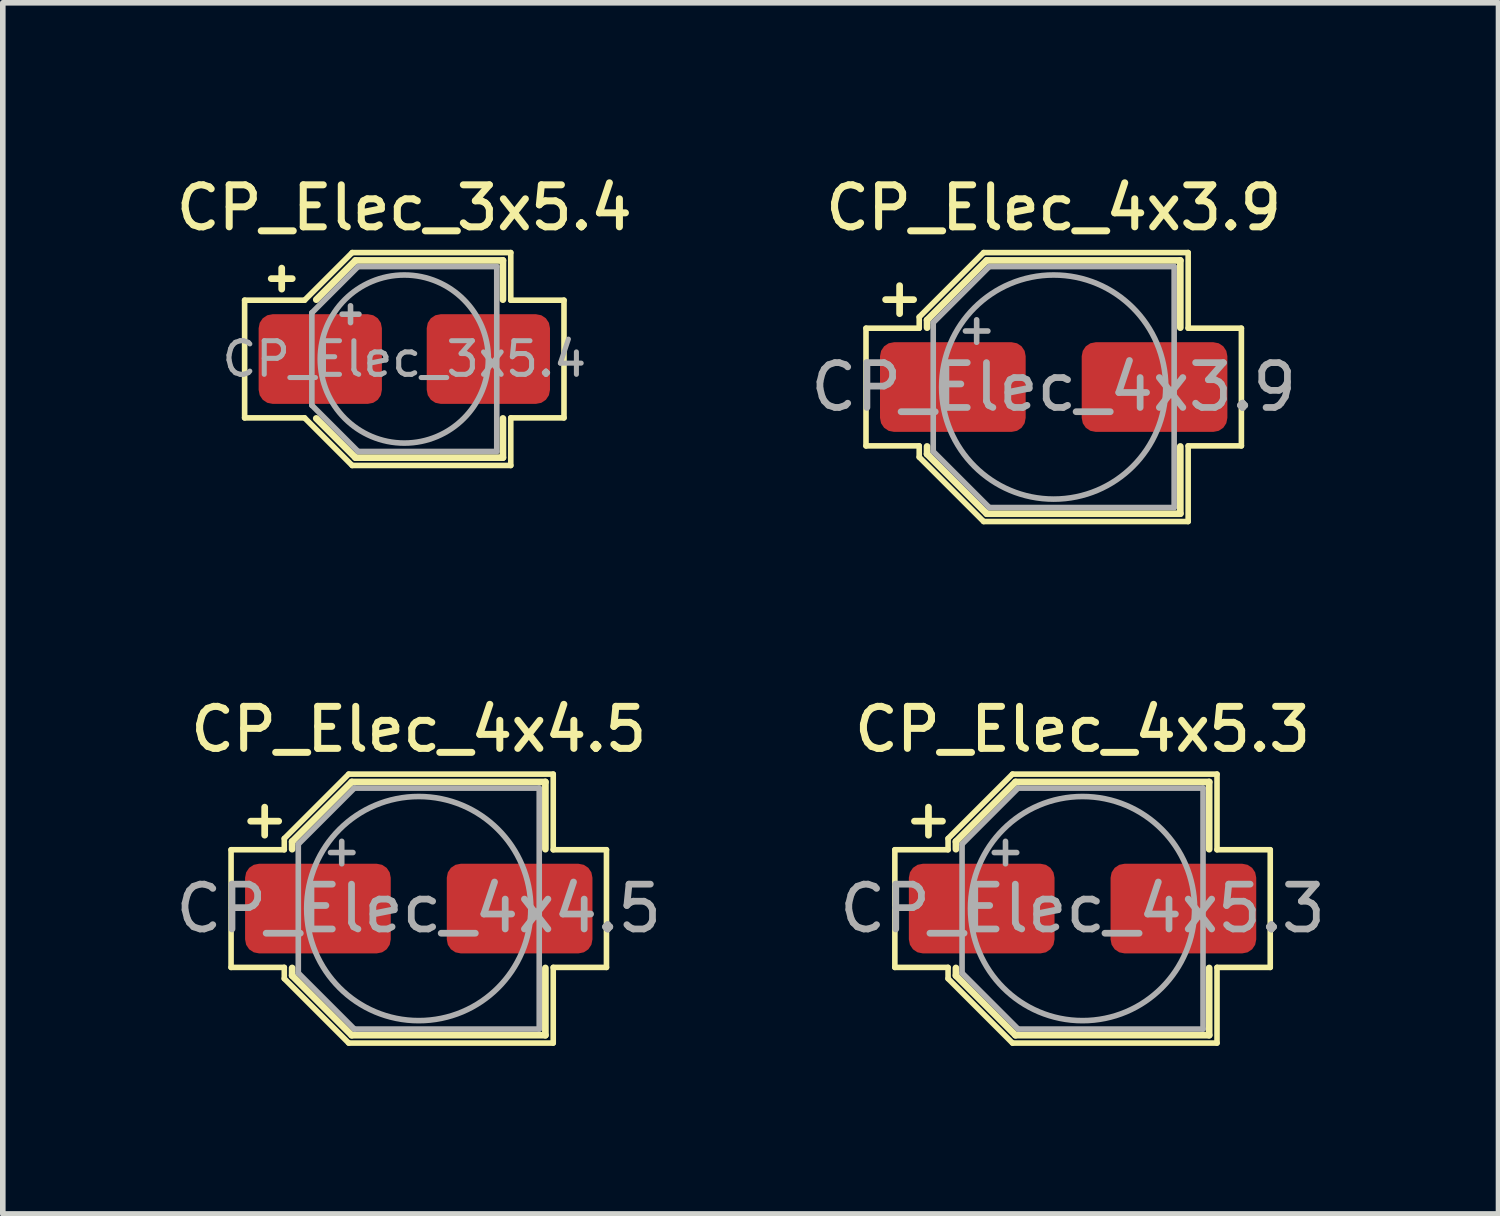
<source format=kicad_pcb>
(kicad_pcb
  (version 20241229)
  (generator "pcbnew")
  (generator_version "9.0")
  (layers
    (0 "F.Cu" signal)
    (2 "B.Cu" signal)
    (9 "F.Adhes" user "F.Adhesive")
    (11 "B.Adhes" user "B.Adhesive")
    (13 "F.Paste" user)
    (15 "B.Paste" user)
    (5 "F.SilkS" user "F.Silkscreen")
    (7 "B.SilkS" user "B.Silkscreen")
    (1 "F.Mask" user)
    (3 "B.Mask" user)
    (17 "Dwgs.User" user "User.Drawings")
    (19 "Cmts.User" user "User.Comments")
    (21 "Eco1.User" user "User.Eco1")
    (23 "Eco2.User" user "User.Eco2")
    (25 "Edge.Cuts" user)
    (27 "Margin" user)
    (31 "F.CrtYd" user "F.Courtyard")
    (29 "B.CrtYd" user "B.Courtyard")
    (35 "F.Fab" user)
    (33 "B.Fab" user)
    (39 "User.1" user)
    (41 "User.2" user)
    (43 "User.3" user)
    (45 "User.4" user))
  (footprint "CP_Elec_4x3.9"
    (layer "F.Cu")
    (at 15.756 3.858)
    (property "Reference" "CP_Elec_4x3.9" (at 0 -3.2 0) (layer "F.SilkS") (effects (font (size 0.75 0.75) (thickness 0.125))))
    (attr smd)
    (fp_line (start -3.35 -1.05) (end -3.35 1.05) (stroke (width 0.1) (type solid)) (layer "F.SilkS"))
    (fp_line (start -3.35 1.05) (end -2.4 1.05) (stroke (width 0.1) (type solid)) (layer "F.SilkS"))
    (fp_line (start -3 -1.56) (end -2.5 -1.56) (stroke (width 0.12) (type solid)) (layer "F.SilkS"))
    (fp_line (start -2.75 -1.81) (end -2.75 -1.31) (stroke (width 0.12) (type solid)) (layer "F.SilkS"))
    (fp_line (start -2.4 -1.25) (end -2.4 -1.05) (stroke (width 0.1) (type solid)) (layer "F.SilkS"))
    (fp_line (start -2.4 -1.25) (end -1.25 -2.4) (stroke (width 0.1) (type solid)) (layer "F.SilkS"))
    (fp_line (start -2.4 -1.05) (end -3.35 -1.05) (stroke (width 0.1) (type solid)) (layer "F.SilkS"))
    (fp_line (start -2.4 1.05) (end -2.4 1.25) (stroke (width 0.1) (type solid)) (layer "F.SilkS"))
    (fp_line (start -2.4 1.25) (end -1.25 2.4) (stroke (width 0.1) (type solid)) (layer "F.SilkS"))
    (fp_line (start -2.26 -1.196) (end -2.26 -1.06) (stroke (width 0.12) (type solid)) (layer "F.SilkS"))
    (fp_line (start -2.26 -1.196) (end -1.196 -2.26) (stroke (width 0.12) (type solid)) (layer "F.SilkS"))
    (fp_line (start -2.26 1.196) (end -2.26 1.06) (stroke (width 0.12) (type solid)) (layer "F.SilkS"))
    (fp_line (start -2.26 1.196) (end -1.196 2.26) (stroke (width 0.12) (type solid)) (layer "F.SilkS"))
    (fp_line (start -1.25 -2.4) (end 2.4 -2.4) (stroke (width 0.1) (type solid)) (layer "F.SilkS"))
    (fp_line (start -1.25 2.4) (end 2.4 2.4) (stroke (width 0.1) (type solid)) (layer "F.SilkS"))
    (fp_line (start -1.196 -2.26) (end 2.26 -2.26) (stroke (width 0.12) (type solid)) (layer "F.SilkS"))
    (fp_line (start -1.196 2.26) (end 2.26 2.26) (stroke (width 0.12) (type solid)) (layer "F.SilkS"))
    (fp_line (start 2.26 -2.26) (end 2.26 -1.06) (stroke (width 0.12) (type solid)) (layer "F.SilkS"))
    (fp_line (start 2.26 2.26) (end 2.26 1.06) (stroke (width 0.12) (type solid)) (layer "F.SilkS"))
    (fp_line (start 2.4 -2.4) (end 2.4 -1.05) (stroke (width 0.1) (type solid)) (layer "F.SilkS"))
    (fp_line (start 2.4 -1.05) (end 3.35 -1.05) (stroke (width 0.1) (type solid)) (layer "F.SilkS"))
    (fp_line (start 2.4 1.05) (end 2.4 2.4) (stroke (width 0.1) (type solid)) (layer "F.SilkS"))
    (fp_line (start 3.35 -1.05) (end 3.35 1.05) (stroke (width 0.1) (type solid)) (layer "F.SilkS"))
    (fp_line (start 3.35 1.05) (end 2.4 1.05) (stroke (width 0.1) (type solid)) (layer "F.SilkS"))
    (fp_line (start -2.15 -1.15) (end -2.15 1.15) (stroke (width 0.1) (type solid)) (layer "F.Fab"))
    (fp_line (start -2.15 -1.15) (end -1.15 -2.15) (stroke (width 0.1) (type solid)) (layer "F.Fab"))
    (fp_line (start -2.15 1.15) (end -1.15 2.15) (stroke (width 0.1) (type solid)) (layer "F.Fab"))
    (fp_line (start -1.575 -1) (end -1.175 -1) (stroke (width 0.1) (type solid)) (layer "F.Fab"))
    (fp_line (start -1.375 -1.2) (end -1.375 -0.8) (stroke (width 0.1) (type solid)) (layer "F.Fab"))
    (fp_line (start -1.15 -2.15) (end 2.15 -2.15) (stroke (width 0.1) (type solid)) (layer "F.Fab"))
    (fp_line (start -1.15 2.15) (end 2.15 2.15) (stroke (width 0.1) (type solid)) (layer "F.Fab"))
    (fp_line (start 2.15 -2.15) (end 2.15 2.15) (stroke (width 0.1) (type solid)) (layer "F.Fab"))
    (fp_circle (center 0 0) (end 2 0) (stroke (width 0.1) (type solid)) (fill no) (layer "F.Fab"))
    (fp_text user "${REFERENCE}" (at 0 0 0) (layer "F.Fab") (effects (font (size 0.8 0.8) (thickness 0.12))))
    (pad "1" smd roundrect (at -1.8 0) (size 2.6 1.6) (layers "F.Cu" "F.Mask" "F.Paste") (roundrect_rratio 0.156))
    (pad "2" smd roundrect (at 1.8 0) (size 2.6 1.6) (layers "F.Cu" "F.Mask" "F.Paste") (roundrect_rratio 0.156)))
  (footprint "CP_Elec_3x5.4"
    (layer "F.Cu")
    (at 4.166 3.358)
    (property "Reference" "CP_Elec_3x5.4" (at 0 -2.7 0) (layer "F.SilkS") (effects (font (size 0.75 0.75) (thickness 0.125))))
    (attr smd)
    (fp_line (start -2.85 -1.05) (end -2.85 1.05) (stroke (width 0.1) (type solid)) (layer "F.SilkS"))
    (fp_line (start -2.85 1.05) (end -1.78 1.05) (stroke (width 0.1) (type solid)) (layer "F.SilkS"))
    (fp_line (start -2.375 -1.435) (end -2 -1.435) (stroke (width 0.12) (type solid)) (layer "F.SilkS"))
    (fp_line (start -2.188 -1.623) (end -2.188 -1.248) (stroke (width 0.12) (type solid)) (layer "F.SilkS"))
    (fp_line (start -1.78 -1.05) (end -2.85 -1.05) (stroke (width 0.1) (type solid)) (layer "F.SilkS"))
    (fp_line (start -1.78 -1.05) (end -0.93 -1.9) (stroke (width 0.1) (type solid)) (layer "F.SilkS"))
    (fp_line (start -1.78 1.05) (end -0.93 1.9) (stroke (width 0.1) (type solid)) (layer "F.SilkS"))
    (fp_line (start -1.571 -1.06) (end -0.871 -1.76) (stroke (width 0.12) (type solid)) (layer "F.SilkS"))
    (fp_line (start -1.571 1.06) (end -0.871 1.76) (stroke (width 0.12) (type solid)) (layer "F.SilkS"))
    (fp_line (start -0.93 -1.9) (end 1.9 -1.9) (stroke (width 0.1) (type solid)) (layer "F.SilkS"))
    (fp_line (start -0.93 1.9) (end 1.9 1.9) (stroke (width 0.1) (type solid)) (layer "F.SilkS"))
    (fp_line (start -0.871 -1.76) (end 1.76 -1.76) (stroke (width 0.12) (type solid)) (layer "F.SilkS"))
    (fp_line (start -0.871 1.76) (end 1.76 1.76) (stroke (width 0.12) (type solid)) (layer "F.SilkS"))
    (fp_line (start 1.76 -1.76) (end 1.76 -1.06) (stroke (width 0.12) (type solid)) (layer "F.SilkS"))
    (fp_line (start 1.76 1.76) (end 1.76 1.06) (stroke (width 0.12) (type solid)) (layer "F.SilkS"))
    (fp_line (start 1.9 -1.9) (end 1.9 -1.05) (stroke (width 0.1) (type solid)) (layer "F.SilkS"))
    (fp_line (start 1.9 -1.05) (end 2.85 -1.05) (stroke (width 0.1) (type solid)) (layer "F.SilkS"))
    (fp_line (start 1.9 1.05) (end 1.9 1.9) (stroke (width 0.1) (type solid)) (layer "F.SilkS"))
    (fp_line (start 2.85 -1.05) (end 2.85 1.05) (stroke (width 0.1) (type solid)) (layer "F.SilkS"))
    (fp_line (start 2.85 1.05) (end 1.9 1.05) (stroke (width 0.1) (type solid)) (layer "F.SilkS"))
    (fp_line (start -1.65 -0.825) (end -1.65 0.825) (stroke (width 0.1) (type solid)) (layer "F.Fab"))
    (fp_line (start -1.65 -0.825) (end -0.825 -1.65) (stroke (width 0.1) (type solid)) (layer "F.Fab"))
    (fp_line (start -1.65 0.825) (end -0.825 1.65) (stroke (width 0.1) (type solid)) (layer "F.Fab"))
    (fp_line (start -1.11 -0.8) (end -0.81 -0.8) (stroke (width 0.1) (type solid)) (layer "F.Fab"))
    (fp_line (start -0.96 -0.95) (end -0.96 -0.65) (stroke (width 0.1) (type solid)) (layer "F.Fab"))
    (fp_line (start -0.825 -1.65) (end 1.65 -1.65) (stroke (width 0.1) (type solid)) (layer "F.Fab"))
    (fp_line (start -0.825 1.65) (end 1.65 1.65) (stroke (width 0.1) (type solid)) (layer "F.Fab"))
    (fp_line (start 1.65 -1.65) (end 1.65 1.65) (stroke (width 0.1) (type solid)) (layer "F.Fab"))
    (fp_circle (center 0 0) (end 1.5 0) (stroke (width 0.1) (type solid)) (fill no) (layer "F.Fab"))
    (fp_text user "${REFERENCE}" (at 0 0 0) (layer "F.Fab") (effects (font (size 0.6 0.6) (thickness 0.09))))
    (pad "1" smd roundrect (at -1.5 0) (size 2.2 1.6) (layers "F.Cu" "F.Mask" "F.Paste") (roundrect_rratio 0.156))
    (pad "2" smd roundrect (at 1.5 0) (size 2.2 1.6) (layers "F.Cu" "F.Mask" "F.Paste") (roundrect_rratio 0.156)))
  (footprint "CP_Elec_4x4.5"
    (layer "F.Cu")
    (at 4.424 13.166)
    (property "Reference" "CP_Elec_4x4.5" (at 0 -3.2 0) (layer "F.SilkS") (effects (font (size 0.75 0.75) (thickness 0.125))))
    (attr smd)
    (fp_line (start -3.35 -1.05) (end -3.35 1.05) (stroke (width 0.1) (type solid)) (layer "F.SilkS"))
    (fp_line (start -3.35 1.05) (end -2.4 1.05) (stroke (width 0.1) (type solid)) (layer "F.SilkS"))
    (fp_line (start -3 -1.56) (end -2.5 -1.56) (stroke (width 0.12) (type solid)) (layer "F.SilkS"))
    (fp_line (start -2.75 -1.81) (end -2.75 -1.31) (stroke (width 0.12) (type solid)) (layer "F.SilkS"))
    (fp_line (start -2.4 -1.25) (end -2.4 -1.05) (stroke (width 0.1) (type solid)) (layer "F.SilkS"))
    (fp_line (start -2.4 -1.25) (end -1.25 -2.4) (stroke (width 0.1) (type solid)) (layer "F.SilkS"))
    (fp_line (start -2.4 -1.05) (end -3.35 -1.05) (stroke (width 0.1) (type solid)) (layer "F.SilkS"))
    (fp_line (start -2.4 1.05) (end -2.4 1.25) (stroke (width 0.1) (type solid)) (layer "F.SilkS"))
    (fp_line (start -2.4 1.25) (end -1.25 2.4) (stroke (width 0.1) (type solid)) (layer "F.SilkS"))
    (fp_line (start -2.26 -1.196) (end -2.26 -1.06) (stroke (width 0.12) (type solid)) (layer "F.SilkS"))
    (fp_line (start -2.26 -1.196) (end -1.196 -2.26) (stroke (width 0.12) (type solid)) (layer "F.SilkS"))
    (fp_line (start -2.26 1.196) (end -2.26 1.06) (stroke (width 0.12) (type solid)) (layer "F.SilkS"))
    (fp_line (start -2.26 1.196) (end -1.196 2.26) (stroke (width 0.12) (type solid)) (layer "F.SilkS"))
    (fp_line (start -1.25 -2.4) (end 2.4 -2.4) (stroke (width 0.1) (type solid)) (layer "F.SilkS"))
    (fp_line (start -1.25 2.4) (end 2.4 2.4) (stroke (width 0.1) (type solid)) (layer "F.SilkS"))
    (fp_line (start -1.196 -2.26) (end 2.26 -2.26) (stroke (width 0.12) (type solid)) (layer "F.SilkS"))
    (fp_line (start -1.196 2.26) (end 2.26 2.26) (stroke (width 0.12) (type solid)) (layer "F.SilkS"))
    (fp_line (start 2.26 -2.26) (end 2.26 -1.06) (stroke (width 0.12) (type solid)) (layer "F.SilkS"))
    (fp_line (start 2.26 2.26) (end 2.26 1.06) (stroke (width 0.12) (type solid)) (layer "F.SilkS"))
    (fp_line (start 2.4 -2.4) (end 2.4 -1.05) (stroke (width 0.1) (type solid)) (layer "F.SilkS"))
    (fp_line (start 2.4 -1.05) (end 3.35 -1.05) (stroke (width 0.1) (type solid)) (layer "F.SilkS"))
    (fp_line (start 2.4 1.05) (end 2.4 2.4) (stroke (width 0.1) (type solid)) (layer "F.SilkS"))
    (fp_line (start 3.35 -1.05) (end 3.35 1.05) (stroke (width 0.1) (type solid)) (layer "F.SilkS"))
    (fp_line (start 3.35 1.05) (end 2.4 1.05) (stroke (width 0.1) (type solid)) (layer "F.SilkS"))
    (fp_line (start -2.15 -1.15) (end -2.15 1.15) (stroke (width 0.1) (type solid)) (layer "F.Fab"))
    (fp_line (start -2.15 -1.15) (end -1.15 -2.15) (stroke (width 0.1) (type solid)) (layer "F.Fab"))
    (fp_line (start -2.15 1.15) (end -1.15 2.15) (stroke (width 0.1) (type solid)) (layer "F.Fab"))
    (fp_line (start -1.575 -1) (end -1.175 -1) (stroke (width 0.1) (type solid)) (layer "F.Fab"))
    (fp_line (start -1.375 -1.2) (end -1.375 -0.8) (stroke (width 0.1) (type solid)) (layer "F.Fab"))
    (fp_line (start -1.15 -2.15) (end 2.15 -2.15) (stroke (width 0.1) (type solid)) (layer "F.Fab"))
    (fp_line (start -1.15 2.15) (end 2.15 2.15) (stroke (width 0.1) (type solid)) (layer "F.Fab"))
    (fp_line (start 2.15 -2.15) (end 2.15 2.15) (stroke (width 0.1) (type solid)) (layer "F.Fab"))
    (fp_circle (center 0 0) (end 2 0) (stroke (width 0.1) (type solid)) (fill no) (layer "F.Fab"))
    (fp_text user "${REFERENCE}" (at 0 0 0) (layer "F.Fab") (effects (font (size 0.8 0.8) (thickness 0.12))))
    (pad "1" smd roundrect (at -1.8 0) (size 2.6 1.6) (layers "F.Cu" "F.Mask" "F.Paste") (roundrect_rratio 0.156))
    (pad "2" smd roundrect (at 1.8 0) (size 2.6 1.6) (layers "F.Cu" "F.Mask" "F.Paste") (roundrect_rratio 0.156)))
  (footprint "CP_Elec_4x5.3"
    (layer "F.Cu")
    (at 16.271 13.166)
    (property "Reference" "CP_Elec_4x5.3" (at 0 -3.2 0) (layer "F.SilkS") (effects (font (size 0.75 0.75) (thickness 0.125))))
    (attr smd)
    (fp_line (start -3.35 -1.05) (end -3.35 1.05) (stroke (width 0.1) (type solid)) (layer "F.SilkS"))
    (fp_line (start -3.35 1.05) (end -2.4 1.05) (stroke (width 0.1) (type solid)) (layer "F.SilkS"))
    (fp_line (start -3 -1.56) (end -2.5 -1.56) (stroke (width 0.12) (type solid)) (layer "F.SilkS"))
    (fp_line (start -2.75 -1.81) (end -2.75 -1.31) (stroke (width 0.12) (type solid)) (layer "F.SilkS"))
    (fp_line (start -2.4 -1.25) (end -2.4 -1.05) (stroke (width 0.1) (type solid)) (layer "F.SilkS"))
    (fp_line (start -2.4 -1.25) (end -1.25 -2.4) (stroke (width 0.1) (type solid)) (layer "F.SilkS"))
    (fp_line (start -2.4 -1.05) (end -3.35 -1.05) (stroke (width 0.1) (type solid)) (layer "F.SilkS"))
    (fp_line (start -2.4 1.05) (end -2.4 1.25) (stroke (width 0.1) (type solid)) (layer "F.SilkS"))
    (fp_line (start -2.4 1.25) (end -1.25 2.4) (stroke (width 0.1) (type solid)) (layer "F.SilkS"))
    (fp_line (start -2.26 -1.196) (end -2.26 -1.06) (stroke (width 0.12) (type solid)) (layer "F.SilkS"))
    (fp_line (start -2.26 -1.196) (end -1.196 -2.26) (stroke (width 0.12) (type solid)) (layer "F.SilkS"))
    (fp_line (start -2.26 1.196) (end -2.26 1.06) (stroke (width 0.12) (type solid)) (layer "F.SilkS"))
    (fp_line (start -2.26 1.196) (end -1.196 2.26) (stroke (width 0.12) (type solid)) (layer "F.SilkS"))
    (fp_line (start -1.25 -2.4) (end 2.4 -2.4) (stroke (width 0.1) (type solid)) (layer "F.SilkS"))
    (fp_line (start -1.25 2.4) (end 2.4 2.4) (stroke (width 0.1) (type solid)) (layer "F.SilkS"))
    (fp_line (start -1.196 -2.26) (end 2.26 -2.26) (stroke (width 0.12) (type solid)) (layer "F.SilkS"))
    (fp_line (start -1.196 2.26) (end 2.26 2.26) (stroke (width 0.12) (type solid)) (layer "F.SilkS"))
    (fp_line (start 2.26 -2.26) (end 2.26 -1.06) (stroke (width 0.12) (type solid)) (layer "F.SilkS"))
    (fp_line (start 2.26 2.26) (end 2.26 1.06) (stroke (width 0.12) (type solid)) (layer "F.SilkS"))
    (fp_line (start 2.4 -2.4) (end 2.4 -1.05) (stroke (width 0.1) (type solid)) (layer "F.SilkS"))
    (fp_line (start 2.4 -1.05) (end 3.35 -1.05) (stroke (width 0.1) (type solid)) (layer "F.SilkS"))
    (fp_line (start 2.4 1.05) (end 2.4 2.4) (stroke (width 0.1) (type solid)) (layer "F.SilkS"))
    (fp_line (start 3.35 -1.05) (end 3.35 1.05) (stroke (width 0.1) (type solid)) (layer "F.SilkS"))
    (fp_line (start 3.35 1.05) (end 2.4 1.05) (stroke (width 0.1) (type solid)) (layer "F.SilkS"))
    (fp_line (start -2.15 -1.15) (end -2.15 1.15) (stroke (width 0.1) (type solid)) (layer "F.Fab"))
    (fp_line (start -2.15 -1.15) (end -1.15 -2.15) (stroke (width 0.1) (type solid)) (layer "F.Fab"))
    (fp_line (start -2.15 1.15) (end -1.15 2.15) (stroke (width 0.1) (type solid)) (layer "F.Fab"))
    (fp_line (start -1.575 -1) (end -1.175 -1) (stroke (width 0.1) (type solid)) (layer "F.Fab"))
    (fp_line (start -1.375 -1.2) (end -1.375 -0.8) (stroke (width 0.1) (type solid)) (layer "F.Fab"))
    (fp_line (start -1.15 -2.15) (end 2.15 -2.15) (stroke (width 0.1) (type solid)) (layer "F.Fab"))
    (fp_line (start -1.15 2.15) (end 2.15 2.15) (stroke (width 0.1) (type solid)) (layer "F.Fab"))
    (fp_line (start 2.15 -2.15) (end 2.15 2.15) (stroke (width 0.1) (type solid)) (layer "F.Fab"))
    (fp_circle (center 0 0) (end 2 0) (stroke (width 0.1) (type solid)) (fill no) (layer "F.Fab"))
    (fp_text user "${REFERENCE}" (at 0 0 0) (layer "F.Fab") (effects (font (size 0.8 0.8) (thickness 0.12))))
    (pad "1" smd roundrect (at -1.8 0) (size 2.6 1.6) (layers "F.Cu" "F.Mask" "F.Paste") (roundrect_rratio 0.156))
    (pad "2" smd roundrect (at 1.8 0) (size 2.6 1.6) (layers "F.Cu" "F.Mask" "F.Paste") (roundrect_rratio 0.156)))
  (gr_rect
    (start -3 -3)
    (end 23.695 18.616)
    (stroke (width 0.1) (type default))
    (fill no)
    (layer "Edge.Cuts")))
</source>
